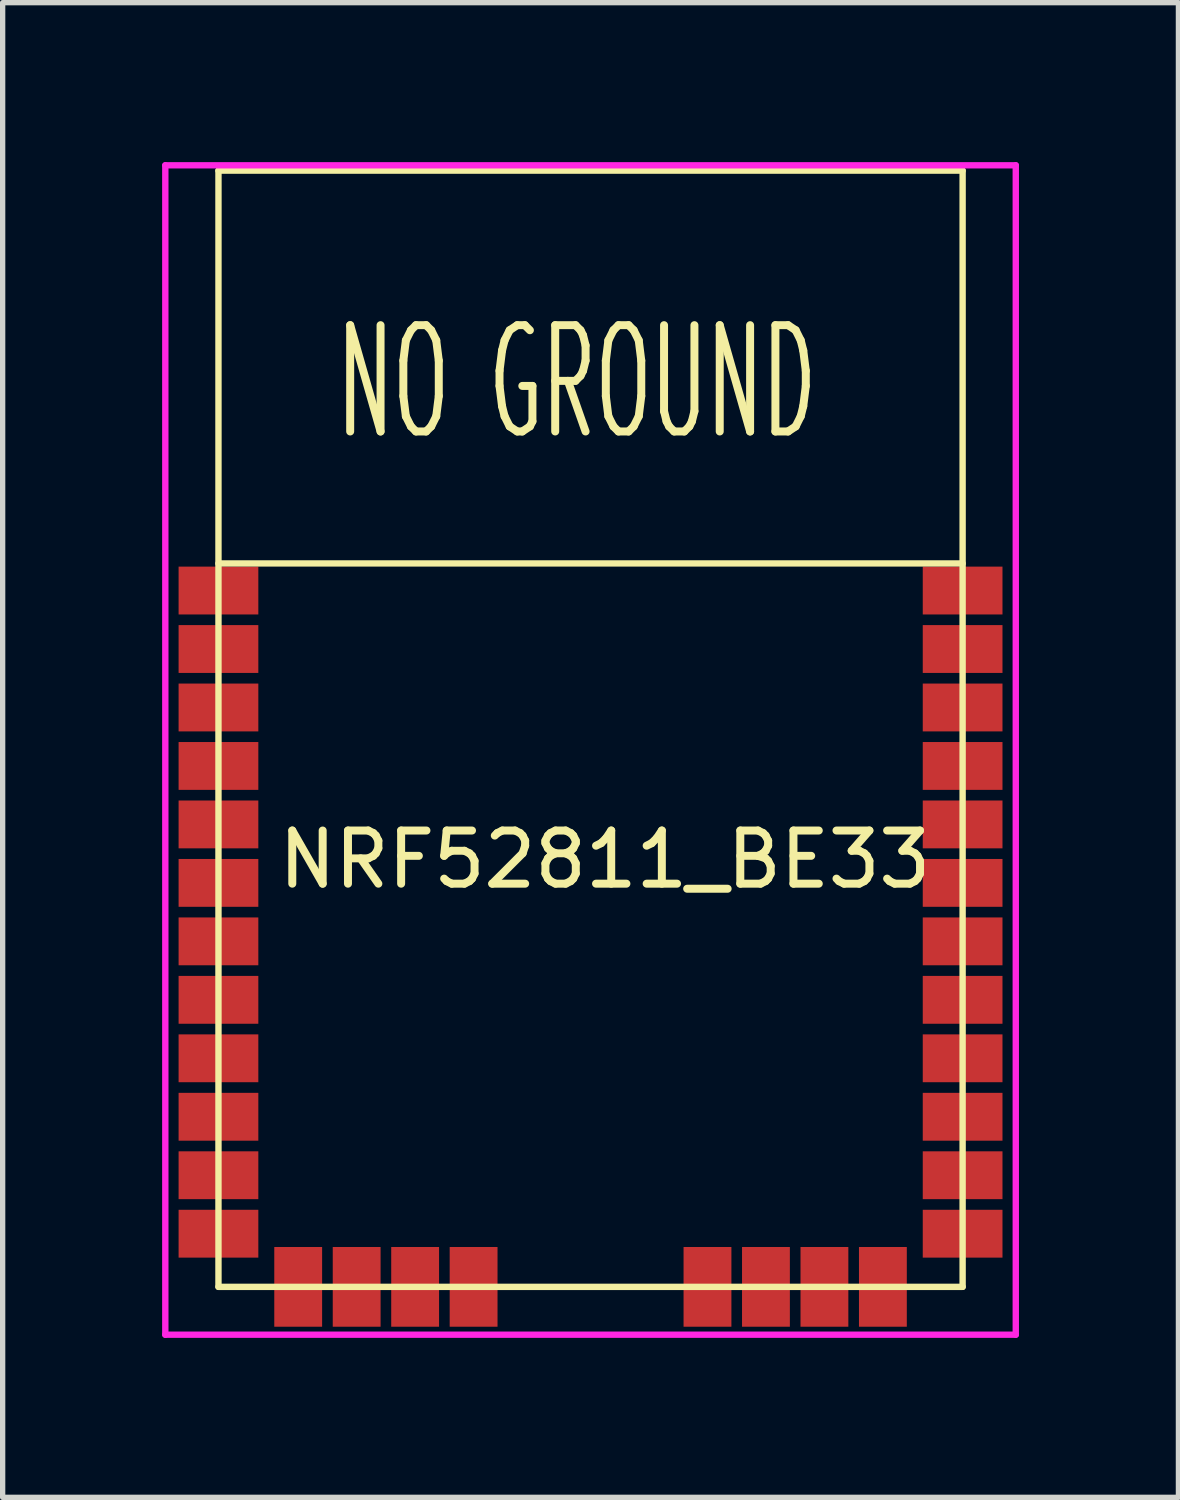
<source format=kicad_pcb>
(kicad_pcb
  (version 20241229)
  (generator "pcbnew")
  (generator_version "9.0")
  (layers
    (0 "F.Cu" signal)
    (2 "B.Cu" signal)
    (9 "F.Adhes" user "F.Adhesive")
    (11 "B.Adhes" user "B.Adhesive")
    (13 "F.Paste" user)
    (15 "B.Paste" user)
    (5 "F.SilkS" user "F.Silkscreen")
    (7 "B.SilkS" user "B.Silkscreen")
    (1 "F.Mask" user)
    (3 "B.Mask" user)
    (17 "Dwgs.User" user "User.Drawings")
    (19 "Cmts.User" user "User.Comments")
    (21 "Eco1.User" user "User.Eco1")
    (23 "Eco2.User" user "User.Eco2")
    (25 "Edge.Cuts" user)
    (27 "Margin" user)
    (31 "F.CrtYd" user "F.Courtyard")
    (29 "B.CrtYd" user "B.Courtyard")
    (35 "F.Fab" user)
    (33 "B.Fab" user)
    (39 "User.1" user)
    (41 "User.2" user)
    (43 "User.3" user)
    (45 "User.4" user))
  (footprint "NRF52811_BE33"
    (layer "F.Cu")
    (at 1.06 8.06)
    (property "Reference" "NRF52811_BE33" (at 7.27 5.06 0) (layer "F.SilkS") (effects (font (size 1 1) (thickness 0.15))))
    (attr through_hole)
    (fp_line (start 0 -7.9) (end 14 -7.9) (stroke (width 0.12) (type solid)) (layer "F.SilkS"))
    (fp_line (start 0 -0.51) (end 14 -0.51) (stroke (width 0.12) (type solid)) (layer "F.SilkS"))
    (fp_line (start 0 13.1) (end 0 -7.9) (stroke (width 0.12) (type solid)) (layer "F.SilkS"))
    (fp_line (start 14 -7.9) (end 14 13.1) (stroke (width 0.12) (type solid)) (layer "F.SilkS"))
    (fp_line (start 14 13.1) (end 0 13.1) (stroke (width 0.12) (type solid)) (layer "F.SilkS"))
    (fp_line (start -1 -8) (end -1 14) (stroke (width 0.12) (type solid)) (layer "F.CrtYd"))
    (fp_line (start -1 14) (end 15 14) (stroke (width 0.12) (type solid)) (layer "F.CrtYd"))
    (fp_line (start 15 -8) (end -1 -8) (stroke (width 0.12) (type solid)) (layer "F.CrtYd"))
    (fp_line (start 15 14) (end 15 -8) (stroke (width 0.12) (type solid)) (layer "F.CrtYd"))
    (fp_text user "NO GROUND" (at 6.74 -3.91 0) (layer "F.SilkS") (effects (font (size 2 1) (thickness 0.15))))
    (pad "1" smd rect (at 0 0 180) (size 1.5 0.9) (layers "F.Cu" "F.Mask" "F.Paste"))
    (pad "2" smd rect (at 0 1.1 180) (size 1.5 0.9) (layers "F.Cu" "F.Mask" "F.Paste"))
    (pad "3" smd rect (at 0 2.2 180) (size 1.5 0.9) (layers "F.Cu" "F.Mask" "F.Paste"))
    (pad "4" smd rect (at 0 3.3 180) (size 1.5 0.9) (layers "F.Cu" "F.Mask" "F.Paste"))
    (pad "5" smd rect (at 0 4.4 180) (size 1.5 0.9) (layers "F.Cu" "F.Mask" "F.Paste"))
    (pad "6" smd rect (at 0 5.5 180) (size 1.5 0.9) (layers "F.Cu" "F.Mask" "F.Paste"))
    (pad "7" smd rect (at 0 6.6 180) (size 1.5 0.9) (layers "F.Cu" "F.Mask" "F.Paste"))
    (pad "8" smd rect (at 0 7.7 180) (size 1.5 0.9) (layers "F.Cu" "F.Mask" "F.Paste"))
    (pad "9" smd rect (at 0 8.8 180) (size 1.5 0.9) (layers "F.Cu" "F.Mask" "F.Paste"))
    (pad "10" smd rect (at 0 9.9 180) (size 1.5 0.9) (layers "F.Cu" "F.Mask" "F.Paste"))
    (pad "11" smd rect (at 0 11 180) (size 1.5 0.9) (layers "F.Cu" "F.Mask" "F.Paste"))
    (pad "12" smd rect (at 0 12.1 180) (size 1.5 0.9) (layers "F.Cu" "F.Mask" "F.Paste"))
    (pad "13" smd rect (at 1.5 13.1 90) (size 1.5 0.9) (layers "F.Cu" "F.Mask" "F.Paste"))
    (pad "14" smd rect (at 2.6 13.1 90) (size 1.5 0.9) (layers "F.Cu" "F.Mask" "F.Paste"))
    (pad "15" smd rect (at 3.7 13.1 90) (size 1.5 0.9) (layers "F.Cu" "F.Mask" "F.Paste"))
    (pad "16" smd rect (at 4.8 13.1 90) (size 1.5 0.9) (layers "F.Cu" "F.Mask" "F.Paste"))
    (pad "17" smd rect (at 9.2 13.1 90) (size 1.5 0.9) (layers "F.Cu" "F.Mask" "F.Paste"))
    (pad "18" smd rect (at 10.3 13.1 90) (size 1.5 0.9) (layers "F.Cu" "F.Mask" "F.Paste"))
    (pad "19" smd rect (at 11.4 13.1 90) (size 1.5 0.9) (layers "F.Cu" "F.Mask" "F.Paste"))
    (pad "20" smd rect (at 12.5 13.1 90) (size 1.5 0.9) (layers "F.Cu" "F.Mask" "F.Paste"))
    (pad "21" smd rect (at 14 12.1) (size 1.5 0.9) (layers "F.Cu" "F.Mask" "F.Paste"))
    (pad "22" smd rect (at 14 11) (size 1.5 0.9) (layers "F.Cu" "F.Mask" "F.Paste"))
    (pad "23" smd rect (at 14 9.9) (size 1.5 0.9) (layers "F.Cu" "F.Mask" "F.Paste"))
    (pad "24" smd rect (at 14 8.8) (size 1.5 0.9) (layers "F.Cu" "F.Mask" "F.Paste"))
    (pad "25" smd rect (at 14 7.7) (size 1.5 0.9) (layers "F.Cu" "F.Mask" "F.Paste"))
    (pad "26" smd rect (at 14 6.6) (size 1.5 0.9) (layers "F.Cu" "F.Mask" "F.Paste"))
    (pad "27" smd rect (at 14 5.5) (size 1.5 0.9) (layers "F.Cu" "F.Mask" "F.Paste"))
    (pad "28" smd rect (at 14 4.4) (size 1.5 0.9) (layers "F.Cu" "F.Mask" "F.Paste"))
    (pad "29" smd rect (at 14 3.3) (size 1.5 0.9) (layers "F.Cu" "F.Mask" "F.Paste"))
    (pad "30" smd rect (at 14 2.2) (size 1.5 0.9) (layers "F.Cu" "F.Mask" "F.Paste"))
    (pad "31" smd rect (at 14 1.1) (size 1.5 0.9) (layers "F.Cu" "F.Mask" "F.Paste"))
    (pad "32" smd rect (at 14 0) (size 1.5 0.9) (layers "F.Cu" "F.Mask" "F.Paste")))
  (gr_rect
    (start -3 -3)
    (end 19.12 25.12)
    (stroke (width 0.1) (type default))
    (fill no)
    (layer "Edge.Cuts")))
</source>
